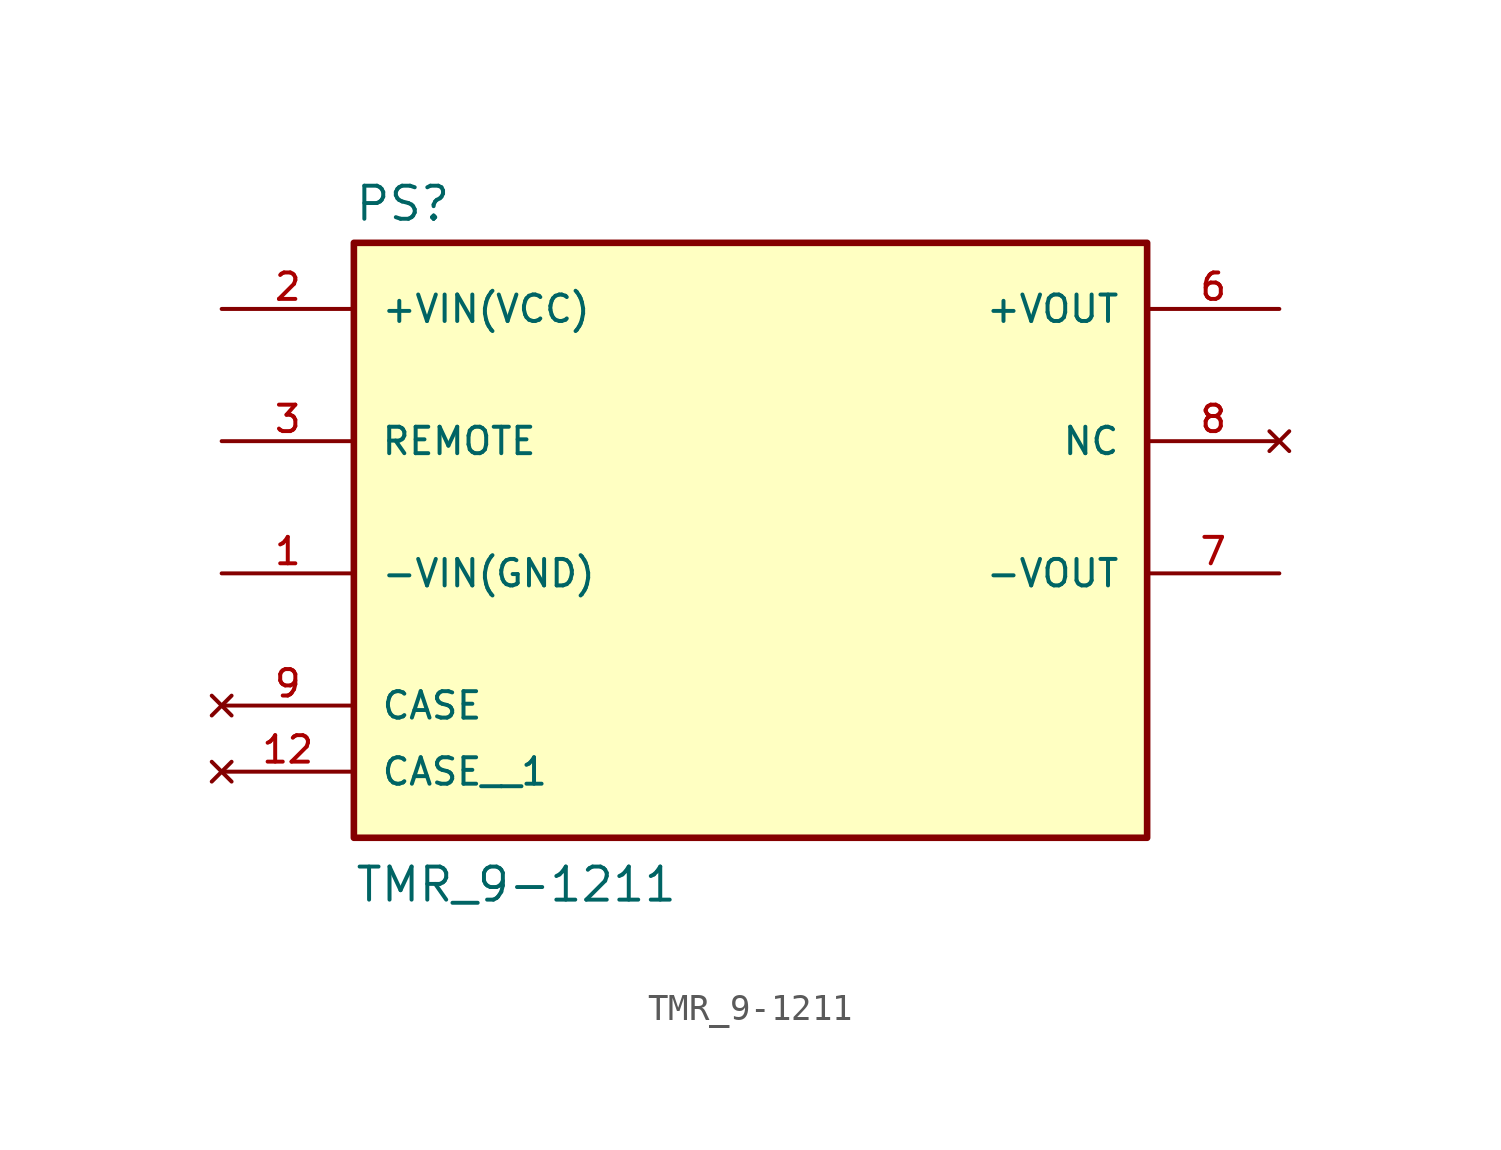
<source format=kicad_sym>
(kicad_symbol_lib
  (version 20211014)
  (generator kicad_symbol_editor)
  (symbol "TMR_9-1211"
    (pin_names
      (offset 1.016))
    (property "Reference" "PS"
      (at -15.24 10.922 0)
      (effects (font (size 1.27 1.27)) (justify bottom left)))
    (property "Value" "TMR_9-1211"
      (at -15.24 -15.24 0)
      (effects (font (size 1.27 1.27)) (justify bottom left)))
    (symbol "TMR_9-1211_0_0"
      (rectangle (start -15.24 -12.7) (end 15.24 10.16) (stroke (width 0.254)) (fill (type background)))
      (pin input line (at -20.32 -2.54 0) (length 5.08) (name "-VIN(GND)" (effects (font (size 1.016 1.016)))) (number "1" (effects (font (size 1.016 1.016)))))
      (pin input line (at -20.32 7.62 0) (length 5.08) (name "+VIN(VCC)" (effects (font (size 1.016 1.016)))) (number "2" (effects (font (size 1.016 1.016)))))
      (pin output line (at 20.32 7.62 180.0) (length 5.08) (name "+VOUT" (effects (font (size 1.016 1.016)))) (number "6" (effects (font (size 1.016 1.016)))))
      (pin output line (at 20.32 -2.54 180.0) (length 5.08) (name "-VOUT" (effects (font (size 1.016 1.016)))) (number "7" (effects (font (size 1.016 1.016)))))
      (pin no_connect line (at 20.32 2.54 180.0) (length 5.08) (name "NC" (effects (font (size 1.016 1.016)))) (number "8" (effects (font (size 1.016 1.016)))))
      (pin input line (at -20.32 2.54 0) (length 5.08) (name "REMOTE" (effects (font (size 1.016 1.016)))) (number "3" (effects (font (size 1.016 1.016)))))
      (pin no_connect line (at -20.32 -7.62 0) (length 5.08) (name "CASE" (effects (font (size 1.016 1.016)))) (number "9" (effects (font (size 1.016 1.016)))))
      (pin no_connect line (at -20.32 -10.16 0) (length 5.08) (name "CASE__1" (effects (font (size 1.016 1.016)))) (number "12" (effects (font (size 1.016 1.016))))))))
</source>
